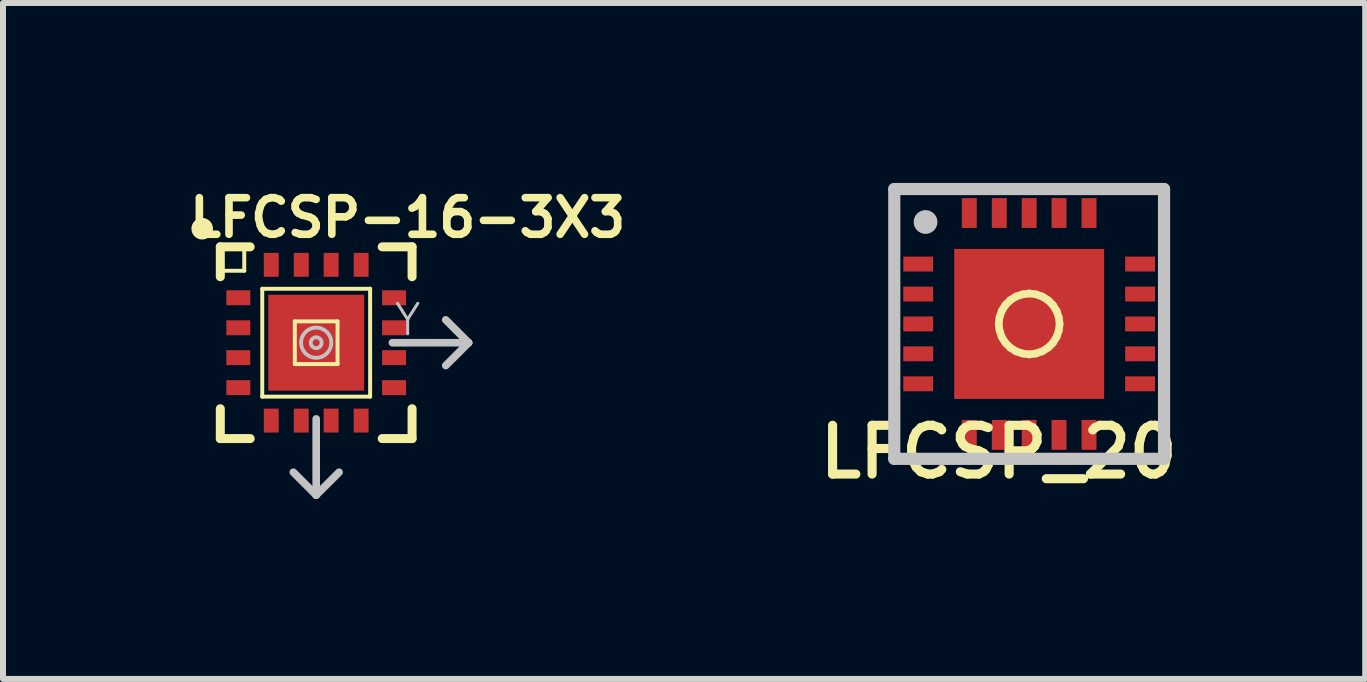
<source format=kicad_pcb>
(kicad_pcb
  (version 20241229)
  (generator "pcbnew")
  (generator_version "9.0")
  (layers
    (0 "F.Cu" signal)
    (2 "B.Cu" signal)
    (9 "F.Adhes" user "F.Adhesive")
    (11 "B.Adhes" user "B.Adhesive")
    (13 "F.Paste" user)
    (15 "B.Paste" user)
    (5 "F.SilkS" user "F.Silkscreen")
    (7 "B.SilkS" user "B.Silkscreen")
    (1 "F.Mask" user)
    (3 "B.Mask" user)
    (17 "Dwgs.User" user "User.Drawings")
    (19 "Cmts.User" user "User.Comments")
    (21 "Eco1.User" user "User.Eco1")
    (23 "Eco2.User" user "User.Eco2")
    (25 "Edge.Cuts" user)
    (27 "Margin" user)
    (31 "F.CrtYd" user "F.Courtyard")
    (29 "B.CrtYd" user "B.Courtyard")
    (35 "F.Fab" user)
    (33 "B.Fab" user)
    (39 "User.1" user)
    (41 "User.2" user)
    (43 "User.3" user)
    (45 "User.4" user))
  (footprint "LFCSP_20"
    (layer "F.Cu")
    (at 14.103 2.349)
    (property "Reference" "LFCSP_20" (at -0.508 2.134 0) (layer "F.SilkS") (effects (font (size 0.813 0.813) (thickness 0.152))))
    (attr smd)
    (fp_line (start -0.508 0) (end -0.493 -0.112) (stroke (width 0.127) (type solid)) (layer "F.SilkS"))
    (fp_line (start -0.493 -0.112) (end -0.457 -0.218) (stroke (width 0.127) (type solid)) (layer "F.SilkS"))
    (fp_line (start -0.493 0.112) (end -0.508 0) (stroke (width 0.127) (type solid)) (layer "F.SilkS"))
    (fp_line (start -0.457 -0.218) (end -0.396 -0.315) (stroke (width 0.127) (type solid)) (layer "F.SilkS"))
    (fp_line (start -0.457 0.218) (end -0.493 0.112) (stroke (width 0.127) (type solid)) (layer "F.SilkS"))
    (fp_line (start -0.396 -0.315) (end -0.315 -0.396) (stroke (width 0.127) (type solid)) (layer "F.SilkS"))
    (fp_line (start -0.396 0.315) (end -0.457 0.218) (stroke (width 0.127) (type solid)) (layer "F.SilkS"))
    (fp_line (start -0.315 -0.396) (end -0.218 -0.457) (stroke (width 0.127) (type solid)) (layer "F.SilkS"))
    (fp_line (start -0.315 0.396) (end -0.396 0.315) (stroke (width 0.127) (type solid)) (layer "F.SilkS"))
    (fp_line (start -0.218 -0.457) (end -0.112 -0.493) (stroke (width 0.127) (type solid)) (layer "F.SilkS"))
    (fp_line (start -0.218 0.457) (end -0.315 0.396) (stroke (width 0.127) (type solid)) (layer "F.SilkS"))
    (fp_line (start -0.112 -0.493) (end 0 -0.508) (stroke (width 0.127) (type solid)) (layer "F.SilkS"))
    (fp_line (start -0.112 0.493) (end -0.218 0.457) (stroke (width 0.127) (type solid)) (layer "F.SilkS"))
    (fp_line (start 0 -0.508) (end 0.112 -0.493) (stroke (width 0.127) (type solid)) (layer "F.SilkS"))
    (fp_line (start 0 0.508) (end -0.112 0.493) (stroke (width 0.127) (type solid)) (layer "F.SilkS"))
    (fp_line (start 0.112 -0.493) (end 0.218 -0.457) (stroke (width 0.127) (type solid)) (layer "F.SilkS"))
    (fp_line (start 0.112 0.493) (end 0 0.508) (stroke (width 0.127) (type solid)) (layer "F.SilkS"))
    (fp_line (start 0.218 -0.457) (end 0.315 -0.396) (stroke (width 0.127) (type solid)) (layer "F.SilkS"))
    (fp_line (start 0.218 0.457) (end 0.112 0.493) (stroke (width 0.127) (type solid)) (layer "F.SilkS"))
    (fp_line (start 0.315 -0.396) (end 0.396 -0.315) (stroke (width 0.127) (type solid)) (layer "F.SilkS"))
    (fp_line (start 0.315 0.396) (end 0.218 0.457) (stroke (width 0.127) (type solid)) (layer "F.SilkS"))
    (fp_line (start 0.396 -0.315) (end 0.457 -0.218) (stroke (width 0.127) (type solid)) (layer "F.SilkS"))
    (fp_line (start 0.396 0.315) (end 0.315 0.396) (stroke (width 0.127) (type solid)) (layer "F.SilkS"))
    (fp_line (start 0.457 -0.218) (end 0.493 -0.112) (stroke (width 0.127) (type solid)) (layer "F.SilkS"))
    (fp_line (start 0.457 0.218) (end 0.396 0.315) (stroke (width 0.127) (type solid)) (layer "F.SilkS"))
    (fp_line (start 0.493 -0.112) (end 0.508 0) (stroke (width 0.127) (type solid)) (layer "F.SilkS"))
    (fp_line (start 0.493 0.112) (end 0.457 0.218) (stroke (width 0.127) (type solid)) (layer "F.SilkS"))
    (fp_line (start 0.508 0) (end 0.493 0.112) (stroke (width 0.127) (type solid)) (layer "F.SilkS"))
    (fp_line (start -2.248 -2.248) (end -2.248 2.248) (stroke (width 0.203) (type solid)) (layer "Dwgs.User"))
    (fp_line (start -2.248 2.248) (end 2.248 2.248) (stroke (width 0.203) (type solid)) (layer "Dwgs.User"))
    (fp_line (start 2.248 -2.248) (end -2.248 -2.248) (stroke (width 0.203) (type solid)) (layer "Dwgs.User"))
    (fp_line (start 2.248 2.248) (end 2.248 -2.248) (stroke (width 0.203) (type solid)) (layer "Dwgs.User"))
    (fp_circle (center -1.727 -1.699) (end -1.867 -1.839) (stroke (width 0) (type solid)) (fill yes) (layer "Dwgs.User"))
    (pad "1" smd rect (at -1.849 -0.998 270) (size 0.249 0.498) (layers "F.Cu" "F.Mask" "F.Paste"))
    (pad "2" smd rect (at -1.849 -0.498 270) (size 0.249 0.498) (layers "F.Cu" "F.Mask" "F.Paste"))
    (pad "3" smd rect (at -1.849 0 270) (size 0.249 0.498) (layers "F.Cu" "F.Mask" "F.Paste"))
    (pad "4" smd rect (at -1.849 0.498 270) (size 0.249 0.498) (layers "F.Cu" "F.Mask" "F.Paste"))
    (pad "5" smd rect (at -1.849 0.998 270) (size 0.249 0.498) (layers "F.Cu" "F.Mask" "F.Paste"))
    (pad "6" smd rect (at -0.998 1.849) (size 0.249 0.498) (layers "F.Cu" "F.Mask" "F.Paste"))
    (pad "7" smd rect (at -0.498 1.849) (size 0.249 0.498) (layers "F.Cu" "F.Mask" "F.Paste"))
    (pad "8" smd rect (at 0 1.849) (size 0.249 0.498) (layers "F.Cu" "F.Mask" "F.Paste"))
    (pad "9" smd rect (at 0.498 1.849) (size 0.249 0.498) (layers "F.Cu" "F.Mask" "F.Paste"))
    (pad "10" smd rect (at 0.998 1.849) (size 0.249 0.498) (layers "F.Cu" "F.Mask" "F.Paste"))
    (pad "11" smd rect (at 1.849 0.998 90) (size 0.249 0.498) (layers "F.Cu" "F.Mask" "F.Paste"))
    (pad "12" smd rect (at 1.849 0.498 90) (size 0.249 0.498) (layers "F.Cu" "F.Mask" "F.Paste"))
    (pad "13" smd rect (at 1.849 0 90) (size 0.249 0.498) (layers "F.Cu" "F.Mask" "F.Paste"))
    (pad "14" smd rect (at 1.849 -0.498 90) (size 0.249 0.498) (layers "F.Cu" "F.Mask" "F.Paste"))
    (pad "15" smd rect (at 1.849 -0.998 90) (size 0.249 0.498) (layers "F.Cu" "F.Mask" "F.Paste"))
    (pad "16" smd rect (at 0.998 -1.849 180) (size 0.249 0.498) (layers "F.Cu" "F.Mask" "F.Paste"))
    (pad "17" smd rect (at 0.498 -1.849 180) (size 0.249 0.498) (layers "F.Cu" "F.Mask" "F.Paste"))
    (pad "18" smd rect (at 0 -1.849 180) (size 0.249 0.498) (layers "F.Cu" "F.Mask" "F.Paste"))
    (pad "19" smd rect (at -0.498 -1.849 180) (size 0.249 0.498) (layers "F.Cu" "F.Mask" "F.Paste"))
    (pad "20" smd rect (at -0.998 -1.849 180) (size 0.249 0.498) (layers "F.Cu" "F.Mask" "F.Paste"))
    (pad "PAD" smd rect (at 0 0) (size 2.499 2.499) (layers "F.Cu" "F.Mask" "F.Paste")))
  (footprint "LFCSP-16-3X3"
    (layer "F.Cu")
    (at 2.22 2.662)
    (property "Reference" "LFCSP-16-3X3" (at 1.524 -2.083 0) (layer "F.SilkS") (effects (font (size 0.61 0.61) (thickness 0.127))))
    (attr smd)
    (fp_line (start -1.598 -1.598) (end -1.199 -1.598) (stroke (width 0.066) (type solid)) (layer "F.SilkS"))
    (fp_line (start -1.598 -1.598) (end -1.1 -1.598) (stroke (width 0.15) (type solid)) (layer "F.SilkS"))
    (fp_line (start -1.598 -1.199) (end -1.598 -1.598) (stroke (width 0.066) (type solid)) (layer "F.SilkS"))
    (fp_line (start -1.598 -1.199) (end -1.199 -1.199) (stroke (width 0.066) (type solid)) (layer "F.SilkS"))
    (fp_line (start -1.598 -1.1) (end -1.598 -1.598) (stroke (width 0.15) (type solid)) (layer "F.SilkS"))
    (fp_line (start -1.598 1.598) (end -1.598 1.1) (stroke (width 0.15) (type solid)) (layer "F.SilkS"))
    (fp_line (start -1.199 -1.199) (end -1.199 -1.598) (stroke (width 0.066) (type solid)) (layer "F.SilkS"))
    (fp_line (start -1.1 1.598) (end -1.598 1.598) (stroke (width 0.15) (type solid)) (layer "F.SilkS"))
    (fp_line (start -0.899 -0.899) (end 0.899 -0.899) (stroke (width 0.066) (type solid)) (layer "F.SilkS"))
    (fp_line (start -0.899 0.899) (end -0.899 -0.899) (stroke (width 0.066) (type solid)) (layer "F.SilkS"))
    (fp_line (start -0.899 0.899) (end 0.899 0.899) (stroke (width 0.066) (type solid)) (layer "F.SilkS"))
    (fp_line (start -0.356 -0.356) (end 0.356 -0.356) (stroke (width 0.066) (type solid)) (layer "F.SilkS"))
    (fp_line (start -0.356 0.356) (end -0.356 -0.356) (stroke (width 0.066) (type solid)) (layer "F.SilkS"))
    (fp_line (start -0.356 0.356) (end 0.356 0.356) (stroke (width 0.066) (type solid)) (layer "F.SilkS"))
    (fp_line (start 0.356 0.356) (end 0.356 -0.356) (stroke (width 0.066) (type solid)) (layer "F.SilkS"))
    (fp_line (start 0.899 0.899) (end 0.899 -0.899) (stroke (width 0.066) (type solid)) (layer "F.SilkS"))
    (fp_line (start 1.1 -1.598) (end 1.598 -1.598) (stroke (width 0.15) (type solid)) (layer "F.SilkS"))
    (fp_line (start 1.598 -1.598) (end 1.598 -1.1) (stroke (width 0.15) (type solid)) (layer "F.SilkS"))
    (fp_line (start 1.598 1.1) (end 1.598 1.598) (stroke (width 0.15) (type solid)) (layer "F.SilkS"))
    (fp_line (start 1.598 1.598) (end 1.1 1.598) (stroke (width 0.15) (type solid)) (layer "F.SilkS"))
    (fp_circle (center -1.9 -1.9) (end -2.027 -2.027) (stroke (width 0) (type solid)) (fill yes) (layer "F.SilkS"))
    (fp_line (start 0 1.27) (end 0 2.54) (stroke (width 0.127) (type solid)) (layer "Dwgs.User"))
    (fp_line (start 0 2.54) (end -0.381 2.159) (stroke (width 0.127) (type solid)) (layer "Dwgs.User"))
    (fp_line (start 0 2.54) (end 0.381 2.159) (stroke (width 0.127) (type solid)) (layer "Dwgs.User"))
    (fp_line (start 1.27 0) (end 2.54 0) (stroke (width 0.127) (type solid)) (layer "Dwgs.User"))
    (fp_line (start 2.54 0) (end 2.159 -0.381) (stroke (width 0.127) (type solid)) (layer "Dwgs.User"))
    (fp_line (start 2.54 0) (end 2.159 0.381) (stroke (width 0.127) (type solid)) (layer "Dwgs.User"))
    (fp_circle (center 0 0) (end -0.178 0.178) (stroke (width 0.064) (type solid)) (fill no) (layer "Dwgs.User"))
    (fp_circle (center 0 0) (end -0.064 0.064) (stroke (width 0.064) (type solid)) (fill no) (layer "Dwgs.User"))
    (fp_text user "Y" (at 1.524 -0.381 0) (layer "Dwgs.User") (effects (font (size 0.508 0.508) (thickness 0.051))))
    (pad "1" smd rect (at -1.298 -0.749) (size 0.399 0.249) (layers "F.Cu" "F.Mask" "F.Paste"))
    (pad "2" smd rect (at -1.298 -0.249) (size 0.399 0.249) (layers "F.Cu" "F.Mask" "F.Paste"))
    (pad "3" smd rect (at -1.298 0.249) (size 0.399 0.249) (layers "F.Cu" "F.Mask" "F.Paste"))
    (pad "4" smd rect (at -1.298 0.749) (size 0.399 0.249) (layers "F.Cu" "F.Mask" "F.Paste"))
    (pad "5" smd rect (at -0.749 1.298 90) (size 0.399 0.249) (layers "F.Cu" "F.Mask" "F.Paste"))
    (pad "6" smd rect (at -0.249 1.298 90) (size 0.399 0.249) (layers "F.Cu" "F.Mask" "F.Paste"))
    (pad "7" smd rect (at 0.249 1.298 90) (size 0.399 0.249) (layers "F.Cu" "F.Mask" "F.Paste"))
    (pad "8" smd rect (at 0.749 1.298 90) (size 0.399 0.249) (layers "F.Cu" "F.Mask" "F.Paste"))
    (pad "9" smd rect (at 1.298 0.749 180) (size 0.399 0.249) (layers "F.Cu" "F.Mask" "F.Paste"))
    (pad "10" smd rect (at 1.298 0.249 180) (size 0.399 0.249) (layers "F.Cu" "F.Mask" "F.Paste"))
    (pad "11" smd rect (at 1.298 -0.249 180) (size 0.399 0.249) (layers "F.Cu" "F.Mask" "F.Paste"))
    (pad "12" smd rect (at 1.298 -0.749 180) (size 0.399 0.249) (layers "F.Cu" "F.Mask" "F.Paste"))
    (pad "13" smd rect (at 0.749 -1.298 270) (size 0.399 0.249) (layers "F.Cu" "F.Mask" "F.Paste"))
    (pad "14" smd rect (at 0.249 -1.298 270) (size 0.399 0.249) (layers "F.Cu" "F.Mask" "F.Paste"))
    (pad "15" smd rect (at -0.249 -1.298 270) (size 0.399 0.249) (layers "F.Cu" "F.Mask" "F.Paste"))
    (pad "16" smd rect (at -0.749 -1.298 270) (size 0.399 0.249) (layers "F.Cu" "F.Mask" "F.Paste"))
    (pad "EXP" smd rect (at 0 0) (size 1.598 1.598) (layers "F.Cu" "F.Mask" "F.Paste")))
  (gr_rect
    (start -3 -3)
    (end 19.704 8.266)
    (stroke (width 0.1) (type default))
    (fill no)
    (layer "Edge.Cuts")))
</source>
